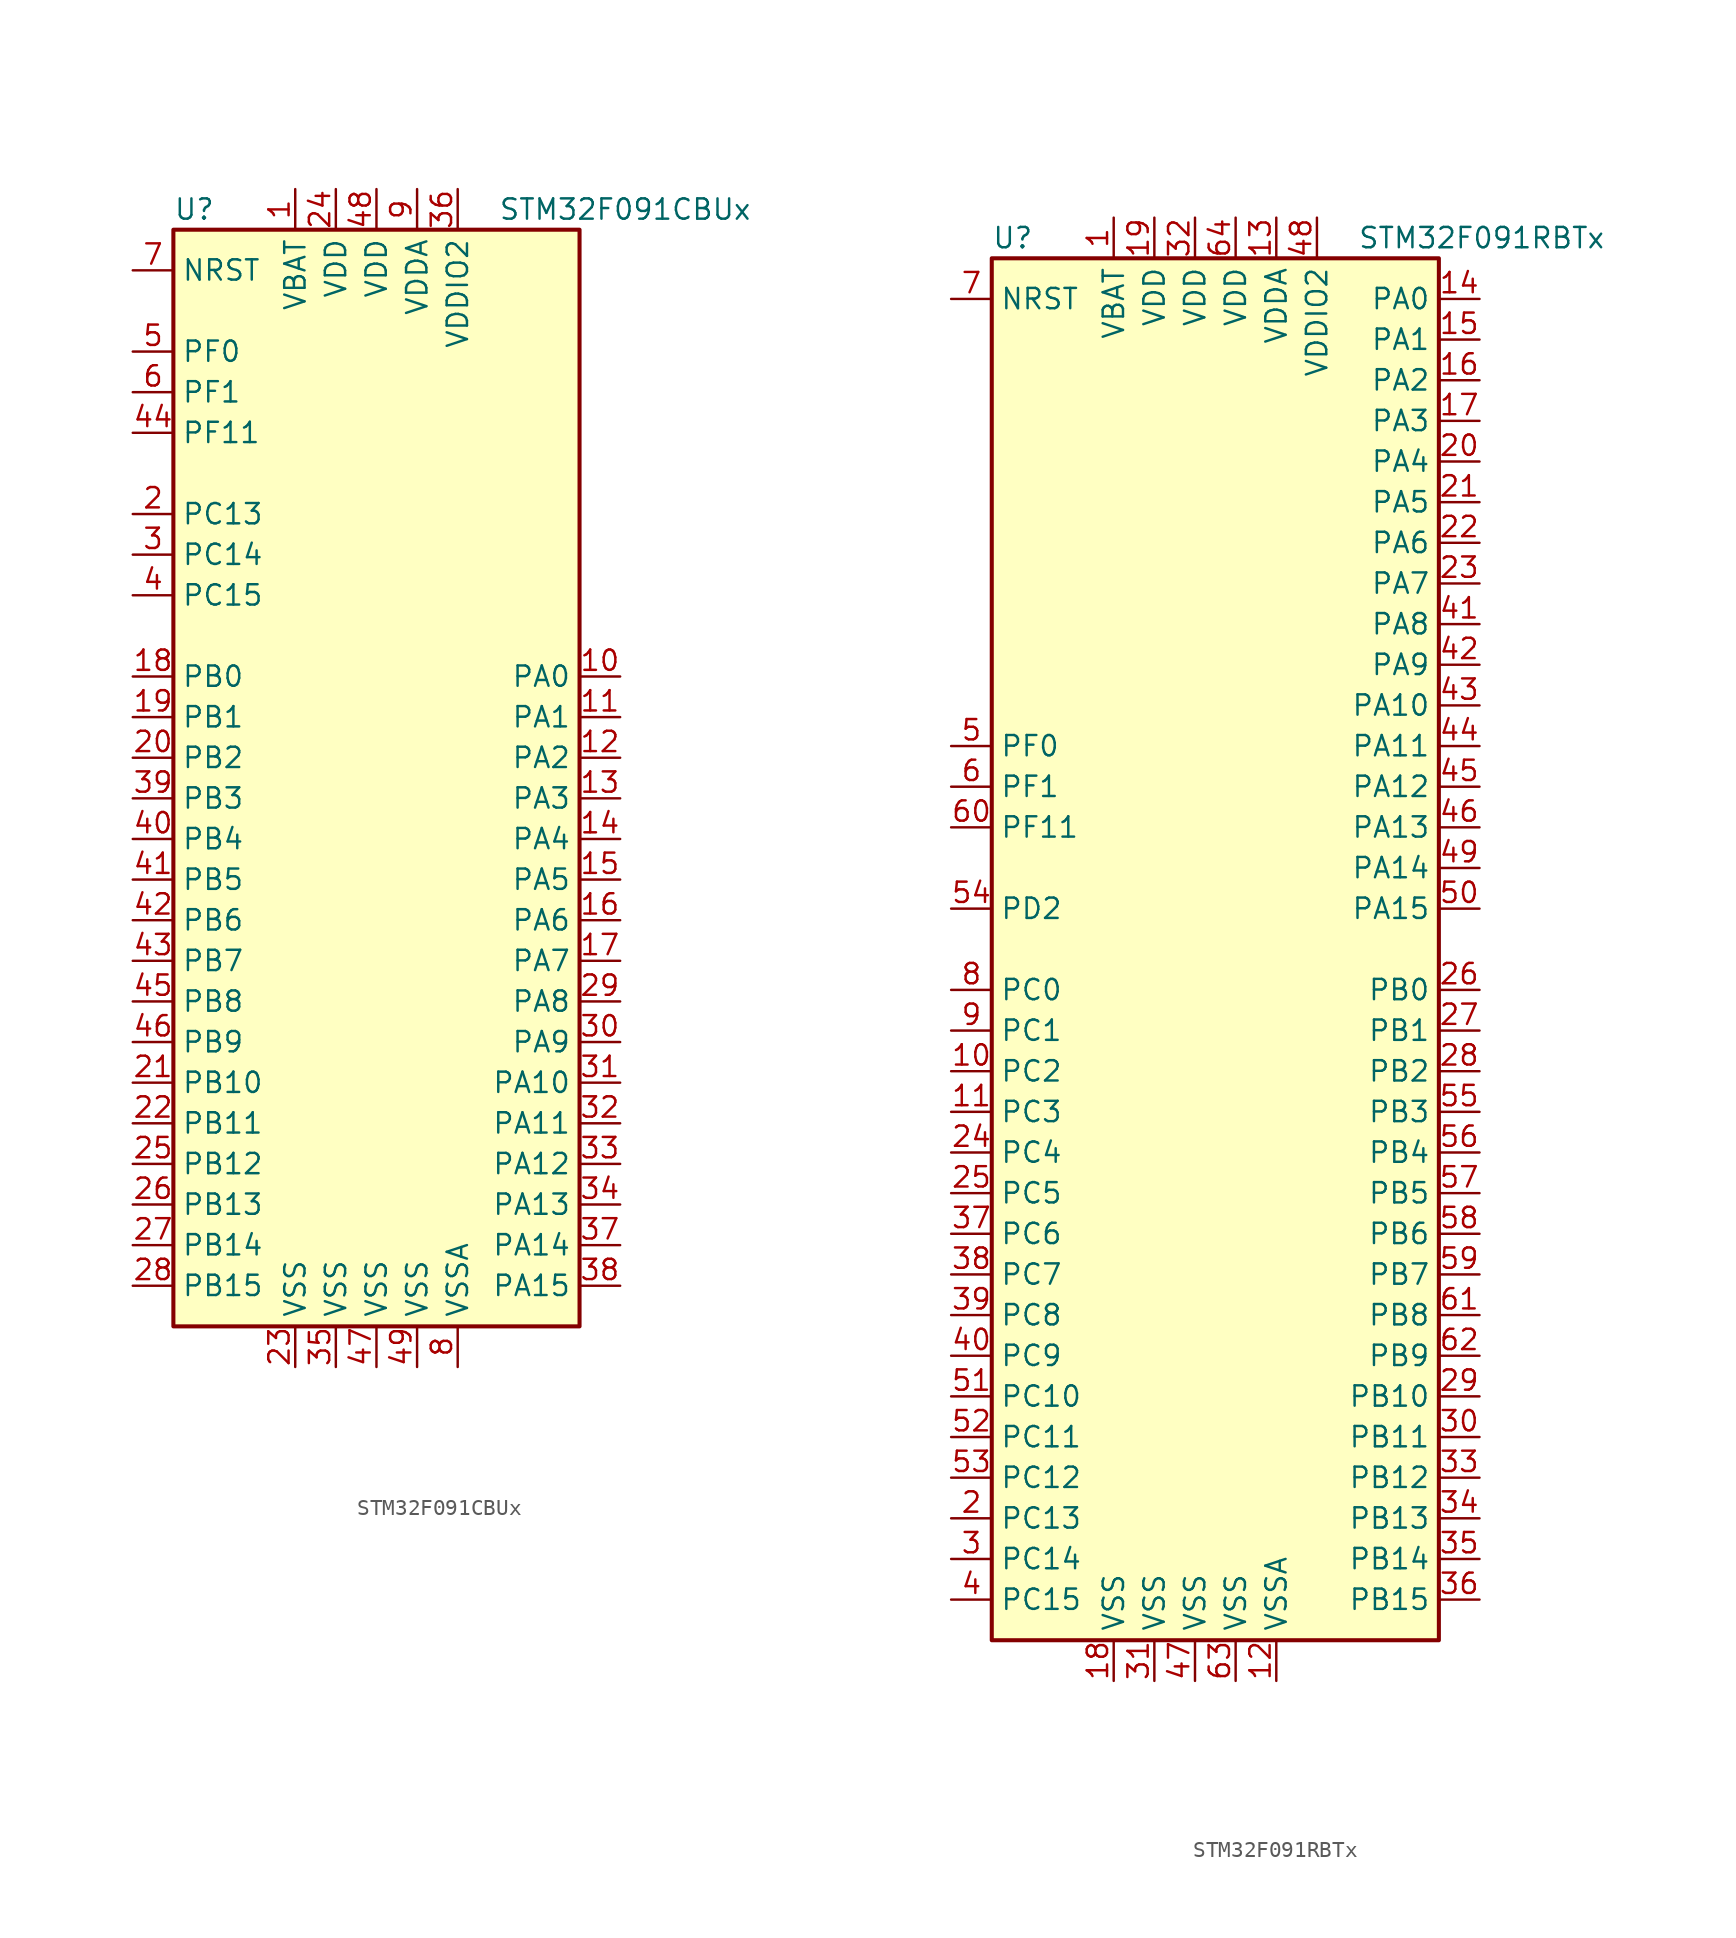
<source format=kicad_sym>
(kicad_symbol_lib
  (version 20201005)
  (generator kicad_symbol_editor)
  (symbol "MCU_ST_STM32F0:STM32F091CBUx"
    (property "Reference" "U"
      (at -12.7 34.29 0)
      (effects (font (size 1.27 1.27)) (justify left)))
    (property "Value" "STM32F091CBUx"
      (at 7.62 34.29 0)
      (effects (font (size 1.27 1.27)) (justify left)))
    (symbol "STM32F091CBUx_0_1"
      (rectangle (start -12.7 -35.56) (end 12.7 33.02) (stroke (width 0.254)) (fill (type background))))
    (symbol "STM32F091CBUx_1_1"
      (pin power_in line (at -5.08 35.56 270) (length 2.54) (name "VBAT" (effects (font (size 1.27 1.27)))) (number "1" (effects (font (size 1.27 1.27)))))
      (pin bidirectional line (at 15.24 5.08 180) (length 2.54) (name "PA0" (effects (font (size 1.27 1.27)))) (number "10" (effects (font (size 1.27 1.27)))))
      (pin bidirectional line (at 15.24 2.54 180) (length 2.54) (name "PA1" (effects (font (size 1.27 1.27)))) (number "11" (effects (font (size 1.27 1.27)))))
      (pin bidirectional line (at 15.24 0 180) (length 2.54) (name "PA2" (effects (font (size 1.27 1.27)))) (number "12" (effects (font (size 1.27 1.27)))))
      (pin bidirectional line (at 15.24 -2.54 180) (length 2.54) (name "PA3" (effects (font (size 1.27 1.27)))) (number "13" (effects (font (size 1.27 1.27)))))
      (pin bidirectional line (at 15.24 -5.08 180) (length 2.54) (name "PA4" (effects (font (size 1.27 1.27)))) (number "14" (effects (font (size 1.27 1.27)))))
      (pin bidirectional line (at 15.24 -7.62 180) (length 2.54) (name "PA5" (effects (font (size 1.27 1.27)))) (number "15" (effects (font (size 1.27 1.27)))))
      (pin bidirectional line (at 15.24 -10.16 180) (length 2.54) (name "PA6" (effects (font (size 1.27 1.27)))) (number "16" (effects (font (size 1.27 1.27)))))
      (pin bidirectional line (at 15.24 -12.7 180) (length 2.54) (name "PA7" (effects (font (size 1.27 1.27)))) (number "17" (effects (font (size 1.27 1.27)))))
      (pin bidirectional line (at -15.24 5.08 0) (length 2.54) (name "PB0" (effects (font (size 1.27 1.27)))) (number "18" (effects (font (size 1.27 1.27)))))
      (pin bidirectional line (at -15.24 2.54 0) (length 2.54) (name "PB1" (effects (font (size 1.27 1.27)))) (number "19" (effects (font (size 1.27 1.27)))))
      (pin bidirectional line (at -15.24 15.24 0) (length 2.54) (name "PC13" (effects (font (size 1.27 1.27)))) (number "2" (effects (font (size 1.27 1.27)))))
      (pin bidirectional line (at -15.24 0 0) (length 2.54) (name "PB2" (effects (font (size 1.27 1.27)))) (number "20" (effects (font (size 1.27 1.27)))))
      (pin bidirectional line (at -15.24 -20.32 0) (length 2.54) (name "PB10" (effects (font (size 1.27 1.27)))) (number "21" (effects (font (size 1.27 1.27)))))
      (pin bidirectional line (at -15.24 -22.86 0) (length 2.54) (name "PB11" (effects (font (size 1.27 1.27)))) (number "22" (effects (font (size 1.27 1.27)))))
      (pin power_in line (at -5.08 -38.1 90) (length 2.54) (name "VSS" (effects (font (size 1.27 1.27)))) (number "23" (effects (font (size 1.27 1.27)))))
      (pin power_in line (at -2.54 35.56 270) (length 2.54) (name "VDD" (effects (font (size 1.27 1.27)))) (number "24" (effects (font (size 1.27 1.27)))))
      (pin bidirectional line (at -15.24 -25.4 0) (length 2.54) (name "PB12" (effects (font (size 1.27 1.27)))) (number "25" (effects (font (size 1.27 1.27)))))
      (pin bidirectional line (at -15.24 -27.94 0) (length 2.54) (name "PB13" (effects (font (size 1.27 1.27)))) (number "26" (effects (font (size 1.27 1.27)))))
      (pin bidirectional line (at -15.24 -30.48 0) (length 2.54) (name "PB14" (effects (font (size 1.27 1.27)))) (number "27" (effects (font (size 1.27 1.27)))))
      (pin bidirectional line (at -15.24 -33.02 0) (length 2.54) (name "PB15" (effects (font (size 1.27 1.27)))) (number "28" (effects (font (size 1.27 1.27)))))
      (pin bidirectional line (at 15.24 -15.24 180) (length 2.54) (name "PA8" (effects (font (size 1.27 1.27)))) (number "29" (effects (font (size 1.27 1.27)))))
      (pin bidirectional line (at -15.24 12.7 0) (length 2.54) (name "PC14" (effects (font (size 1.27 1.27)))) (number "3" (effects (font (size 1.27 1.27)))))
      (pin bidirectional line (at 15.24 -17.78 180) (length 2.54) (name "PA9" (effects (font (size 1.27 1.27)))) (number "30" (effects (font (size 1.27 1.27)))))
      (pin bidirectional line (at 15.24 -20.32 180) (length 2.54) (name "PA10" (effects (font (size 1.27 1.27)))) (number "31" (effects (font (size 1.27 1.27)))))
      (pin bidirectional line (at 15.24 -22.86 180) (length 2.54) (name "PA11" (effects (font (size 1.27 1.27)))) (number "32" (effects (font (size 1.27 1.27)))))
      (pin bidirectional line (at 15.24 -25.4 180) (length 2.54) (name "PA12" (effects (font (size 1.27 1.27)))) (number "33" (effects (font (size 1.27 1.27)))))
      (pin bidirectional line (at 15.24 -27.94 180) (length 2.54) (name "PA13" (effects (font (size 1.27 1.27)))) (number "34" (effects (font (size 1.27 1.27)))))
      (pin power_in line (at -2.54 -38.1 90) (length 2.54) (name "VSS" (effects (font (size 1.27 1.27)))) (number "35" (effects (font (size 1.27 1.27)))))
      (pin power_in line (at 5.08 35.56 270) (length 2.54) (name "VDDIO2" (effects (font (size 1.27 1.27)))) (number "36" (effects (font (size 1.27 1.27)))))
      (pin bidirectional line (at 15.24 -30.48 180) (length 2.54) (name "PA14" (effects (font (size 1.27 1.27)))) (number "37" (effects (font (size 1.27 1.27)))))
      (pin bidirectional line (at 15.24 -33.02 180) (length 2.54) (name "PA15" (effects (font (size 1.27 1.27)))) (number "38" (effects (font (size 1.27 1.27)))))
      (pin bidirectional line (at -15.24 -2.54 0) (length 2.54) (name "PB3" (effects (font (size 1.27 1.27)))) (number "39" (effects (font (size 1.27 1.27)))))
      (pin bidirectional line (at -15.24 10.16 0) (length 2.54) (name "PC15" (effects (font (size 1.27 1.27)))) (number "4" (effects (font (size 1.27 1.27)))))
      (pin bidirectional line (at -15.24 -5.08 0) (length 2.54) (name "PB4" (effects (font (size 1.27 1.27)))) (number "40" (effects (font (size 1.27 1.27)))))
      (pin bidirectional line (at -15.24 -7.62 0) (length 2.54) (name "PB5" (effects (font (size 1.27 1.27)))) (number "41" (effects (font (size 1.27 1.27)))))
      (pin bidirectional line (at -15.24 -10.16 0) (length 2.54) (name "PB6" (effects (font (size 1.27 1.27)))) (number "42" (effects (font (size 1.27 1.27)))))
      (pin bidirectional line (at -15.24 -12.7 0) (length 2.54) (name "PB7" (effects (font (size 1.27 1.27)))) (number "43" (effects (font (size 1.27 1.27)))))
      (pin bidirectional line (at -15.24 20.32 0) (length 2.54) (name "PF11" (effects (font (size 1.27 1.27)))) (number "44" (effects (font (size 1.27 1.27)))))
      (pin bidirectional line (at -15.24 -15.24 0) (length 2.54) (name "PB8" (effects (font (size 1.27 1.27)))) (number "45" (effects (font (size 1.27 1.27)))))
      (pin bidirectional line (at -15.24 -17.78 0) (length 2.54) (name "PB9" (effects (font (size 1.27 1.27)))) (number "46" (effects (font (size 1.27 1.27)))))
      (pin power_in line (at 0 -38.1 90) (length 2.54) (name "VSS" (effects (font (size 1.27 1.27)))) (number "47" (effects (font (size 1.27 1.27)))))
      (pin power_in line (at 0 35.56 270) (length 2.54) (name "VDD" (effects (font (size 1.27 1.27)))) (number "48" (effects (font (size 1.27 1.27)))))
      (pin power_in line (at 2.54 -38.1 90) (length 2.54) (name "VSS" (effects (font (size 1.27 1.27)))) (number "49" (effects (font (size 1.27 1.27)))))
      (pin input line (at -15.24 25.4 0) (length 2.54) (name "PF0" (effects (font (size 1.27 1.27)))) (number "5" (effects (font (size 1.27 1.27)))))
      (pin input line (at -15.24 22.86 0) (length 2.54) (name "PF1" (effects (font (size 1.27 1.27)))) (number "6" (effects (font (size 1.27 1.27)))))
      (pin input line (at -15.24 30.48 0) (length 2.54) (name "NRST" (effects (font (size 1.27 1.27)))) (number "7" (effects (font (size 1.27 1.27)))))
      (pin power_in line (at 5.08 -38.1 90) (length 2.54) (name "VSSA" (effects (font (size 1.27 1.27)))) (number "8" (effects (font (size 1.27 1.27)))))
      (pin power_in line (at 2.54 35.56 270) (length 2.54) (name "VDDA" (effects (font (size 1.27 1.27)))) (number "9" (effects (font (size 1.27 1.27)))))))
  (symbol "MCU_ST_STM32F0:STM32F091RBTx"
    (property "Reference" "U"
      (at -15.24 44.45 0)
      (effects (font (size 1.27 1.27)) (justify left)))
    (property "Value" "STM32F091RBTx"
      (at 7.62 44.45 0)
      (effects (font (size 1.27 1.27)) (justify left)))
    (symbol "STM32F091RBTx_0_1"
      (rectangle (start -15.24 -43.18) (end 12.7 43.18) (stroke (width 0.254)) (fill (type background))))
    (symbol "STM32F091RBTx_1_1"
      (pin power_in line (at -7.62 45.72 270) (length 2.54) (name "VBAT" (effects (font (size 1.27 1.27)))) (number "1" (effects (font (size 1.27 1.27)))))
      (pin bidirectional line (at -17.78 -7.62 0) (length 2.54) (name "PC2" (effects (font (size 1.27 1.27)))) (number "10" (effects (font (size 1.27 1.27)))))
      (pin bidirectional line (at -17.78 -10.16 0) (length 2.54) (name "PC3" (effects (font (size 1.27 1.27)))) (number "11" (effects (font (size 1.27 1.27)))))
      (pin power_in line (at 2.54 -45.72 90) (length 2.54) (name "VSSA" (effects (font (size 1.27 1.27)))) (number "12" (effects (font (size 1.27 1.27)))))
      (pin power_in line (at 2.54 45.72 270) (length 2.54) (name "VDDA" (effects (font (size 1.27 1.27)))) (number "13" (effects (font (size 1.27 1.27)))))
      (pin bidirectional line (at 15.24 40.64 180) (length 2.54) (name "PA0" (effects (font (size 1.27 1.27)))) (number "14" (effects (font (size 1.27 1.27)))))
      (pin bidirectional line (at 15.24 38.1 180) (length 2.54) (name "PA1" (effects (font (size 1.27 1.27)))) (number "15" (effects (font (size 1.27 1.27)))))
      (pin bidirectional line (at 15.24 35.56 180) (length 2.54) (name "PA2" (effects (font (size 1.27 1.27)))) (number "16" (effects (font (size 1.27 1.27)))))
      (pin bidirectional line (at 15.24 33.02 180) (length 2.54) (name "PA3" (effects (font (size 1.27 1.27)))) (number "17" (effects (font (size 1.27 1.27)))))
      (pin power_in line (at -7.62 -45.72 90) (length 2.54) (name "VSS" (effects (font (size 1.27 1.27)))) (number "18" (effects (font (size 1.27 1.27)))))
      (pin power_in line (at -5.08 45.72 270) (length 2.54) (name "VDD" (effects (font (size 1.27 1.27)))) (number "19" (effects (font (size 1.27 1.27)))))
      (pin bidirectional line (at -17.78 -35.56 0) (length 2.54) (name "PC13" (effects (font (size 1.27 1.27)))) (number "2" (effects (font (size 1.27 1.27)))))
      (pin bidirectional line (at 15.24 30.48 180) (length 2.54) (name "PA4" (effects (font (size 1.27 1.27)))) (number "20" (effects (font (size 1.27 1.27)))))
      (pin bidirectional line (at 15.24 27.94 180) (length 2.54) (name "PA5" (effects (font (size 1.27 1.27)))) (number "21" (effects (font (size 1.27 1.27)))))
      (pin bidirectional line (at 15.24 25.4 180) (length 2.54) (name "PA6" (effects (font (size 1.27 1.27)))) (number "22" (effects (font (size 1.27 1.27)))))
      (pin bidirectional line (at 15.24 22.86 180) (length 2.54) (name "PA7" (effects (font (size 1.27 1.27)))) (number "23" (effects (font (size 1.27 1.27)))))
      (pin bidirectional line (at -17.78 -12.7 0) (length 2.54) (name "PC4" (effects (font (size 1.27 1.27)))) (number "24" (effects (font (size 1.27 1.27)))))
      (pin bidirectional line (at -17.78 -15.24 0) (length 2.54) (name "PC5" (effects (font (size 1.27 1.27)))) (number "25" (effects (font (size 1.27 1.27)))))
      (pin bidirectional line (at 15.24 -2.54 180) (length 2.54) (name "PB0" (effects (font (size 1.27 1.27)))) (number "26" (effects (font (size 1.27 1.27)))))
      (pin bidirectional line (at 15.24 -5.08 180) (length 2.54) (name "PB1" (effects (font (size 1.27 1.27)))) (number "27" (effects (font (size 1.27 1.27)))))
      (pin bidirectional line (at 15.24 -7.62 180) (length 2.54) (name "PB2" (effects (font (size 1.27 1.27)))) (number "28" (effects (font (size 1.27 1.27)))))
      (pin bidirectional line (at 15.24 -27.94 180) (length 2.54) (name "PB10" (effects (font (size 1.27 1.27)))) (number "29" (effects (font (size 1.27 1.27)))))
      (pin bidirectional line (at -17.78 -38.1 0) (length 2.54) (name "PC14" (effects (font (size 1.27 1.27)))) (number "3" (effects (font (size 1.27 1.27)))))
      (pin bidirectional line (at 15.24 -30.48 180) (length 2.54) (name "PB11" (effects (font (size 1.27 1.27)))) (number "30" (effects (font (size 1.27 1.27)))))
      (pin power_in line (at -5.08 -45.72 90) (length 2.54) (name "VSS" (effects (font (size 1.27 1.27)))) (number "31" (effects (font (size 1.27 1.27)))))
      (pin power_in line (at -2.54 45.72 270) (length 2.54) (name "VDD" (effects (font (size 1.27 1.27)))) (number "32" (effects (font (size 1.27 1.27)))))
      (pin bidirectional line (at 15.24 -33.02 180) (length 2.54) (name "PB12" (effects (font (size 1.27 1.27)))) (number "33" (effects (font (size 1.27 1.27)))))
      (pin bidirectional line (at 15.24 -35.56 180) (length 2.54) (name "PB13" (effects (font (size 1.27 1.27)))) (number "34" (effects (font (size 1.27 1.27)))))
      (pin bidirectional line (at 15.24 -38.1 180) (length 2.54) (name "PB14" (effects (font (size 1.27 1.27)))) (number "35" (effects (font (size 1.27 1.27)))))
      (pin bidirectional line (at 15.24 -40.64 180) (length 2.54) (name "PB15" (effects (font (size 1.27 1.27)))) (number "36" (effects (font (size 1.27 1.27)))))
      (pin bidirectional line (at -17.78 -17.78 0) (length 2.54) (name "PC6" (effects (font (size 1.27 1.27)))) (number "37" (effects (font (size 1.27 1.27)))))
      (pin bidirectional line (at -17.78 -20.32 0) (length 2.54) (name "PC7" (effects (font (size 1.27 1.27)))) (number "38" (effects (font (size 1.27 1.27)))))
      (pin bidirectional line (at -17.78 -22.86 0) (length 2.54) (name "PC8" (effects (font (size 1.27 1.27)))) (number "39" (effects (font (size 1.27 1.27)))))
      (pin bidirectional line (at -17.78 -40.64 0) (length 2.54) (name "PC15" (effects (font (size 1.27 1.27)))) (number "4" (effects (font (size 1.27 1.27)))))
      (pin bidirectional line (at -17.78 -25.4 0) (length 2.54) (name "PC9" (effects (font (size 1.27 1.27)))) (number "40" (effects (font (size 1.27 1.27)))))
      (pin bidirectional line (at 15.24 20.32 180) (length 2.54) (name "PA8" (effects (font (size 1.27 1.27)))) (number "41" (effects (font (size 1.27 1.27)))))
      (pin bidirectional line (at 15.24 17.78 180) (length 2.54) (name "PA9" (effects (font (size 1.27 1.27)))) (number "42" (effects (font (size 1.27 1.27)))))
      (pin bidirectional line (at 15.24 15.24 180) (length 2.54) (name "PA10" (effects (font (size 1.27 1.27)))) (number "43" (effects (font (size 1.27 1.27)))))
      (pin bidirectional line (at 15.24 12.7 180) (length 2.54) (name "PA11" (effects (font (size 1.27 1.27)))) (number "44" (effects (font (size 1.27 1.27)))))
      (pin bidirectional line (at 15.24 10.16 180) (length 2.54) (name "PA12" (effects (font (size 1.27 1.27)))) (number "45" (effects (font (size 1.27 1.27)))))
      (pin bidirectional line (at 15.24 7.62 180) (length 2.54) (name "PA13" (effects (font (size 1.27 1.27)))) (number "46" (effects (font (size 1.27 1.27)))))
      (pin power_in line (at -2.54 -45.72 90) (length 2.54) (name "VSS" (effects (font (size 1.27 1.27)))) (number "47" (effects (font (size 1.27 1.27)))))
      (pin power_in line (at 5.08 45.72 270) (length 2.54) (name "VDDIO2" (effects (font (size 1.27 1.27)))) (number "48" (effects (font (size 1.27 1.27)))))
      (pin bidirectional line (at 15.24 5.08 180) (length 2.54) (name "PA14" (effects (font (size 1.27 1.27)))) (number "49" (effects (font (size 1.27 1.27)))))
      (pin input line (at -17.78 12.7 0) (length 2.54) (name "PF0" (effects (font (size 1.27 1.27)))) (number "5" (effects (font (size 1.27 1.27)))))
      (pin bidirectional line (at 15.24 2.54 180) (length 2.54) (name "PA15" (effects (font (size 1.27 1.27)))) (number "50" (effects (font (size 1.27 1.27)))))
      (pin bidirectional line (at -17.78 -27.94 0) (length 2.54) (name "PC10" (effects (font (size 1.27 1.27)))) (number "51" (effects (font (size 1.27 1.27)))))
      (pin bidirectional line (at -17.78 -30.48 0) (length 2.54) (name "PC11" (effects (font (size 1.27 1.27)))) (number "52" (effects (font (size 1.27 1.27)))))
      (pin bidirectional line (at -17.78 -33.02 0) (length 2.54) (name "PC12" (effects (font (size 1.27 1.27)))) (number "53" (effects (font (size 1.27 1.27)))))
      (pin bidirectional line (at -17.78 2.54 0) (length 2.54) (name "PD2" (effects (font (size 1.27 1.27)))) (number "54" (effects (font (size 1.27 1.27)))))
      (pin bidirectional line (at 15.24 -10.16 180) (length 2.54) (name "PB3" (effects (font (size 1.27 1.27)))) (number "55" (effects (font (size 1.27 1.27)))))
      (pin bidirectional line (at 15.24 -12.7 180) (length 2.54) (name "PB4" (effects (font (size 1.27 1.27)))) (number "56" (effects (font (size 1.27 1.27)))))
      (pin bidirectional line (at 15.24 -15.24 180) (length 2.54) (name "PB5" (effects (font (size 1.27 1.27)))) (number "57" (effects (font (size 1.27 1.27)))))
      (pin bidirectional line (at 15.24 -17.78 180) (length 2.54) (name "PB6" (effects (font (size 1.27 1.27)))) (number "58" (effects (font (size 1.27 1.27)))))
      (pin bidirectional line (at 15.24 -20.32 180) (length 2.54) (name "PB7" (effects (font (size 1.27 1.27)))) (number "59" (effects (font (size 1.27 1.27)))))
      (pin input line (at -17.78 10.16 0) (length 2.54) (name "PF1" (effects (font (size 1.27 1.27)))) (number "6" (effects (font (size 1.27 1.27)))))
      (pin bidirectional line (at -17.78 7.62 0) (length 2.54) (name "PF11" (effects (font (size 1.27 1.27)))) (number "60" (effects (font (size 1.27 1.27)))))
      (pin bidirectional line (at 15.24 -22.86 180) (length 2.54) (name "PB8" (effects (font (size 1.27 1.27)))) (number "61" (effects (font (size 1.27 1.27)))))
      (pin bidirectional line (at 15.24 -25.4 180) (length 2.54) (name "PB9" (effects (font (size 1.27 1.27)))) (number "62" (effects (font (size 1.27 1.27)))))
      (pin power_in line (at 0 -45.72 90) (length 2.54) (name "VSS" (effects (font (size 1.27 1.27)))) (number "63" (effects (font (size 1.27 1.27)))))
      (pin power_in line (at 0 45.72 270) (length 2.54) (name "VDD" (effects (font (size 1.27 1.27)))) (number "64" (effects (font (size 1.27 1.27)))))
      (pin input line (at -17.78 40.64 0) (length 2.54) (name "NRST" (effects (font (size 1.27 1.27)))) (number "7" (effects (font (size 1.27 1.27)))))
      (pin bidirectional line (at -17.78 -2.54 0) (length 2.54) (name "PC0" (effects (font (size 1.27 1.27)))) (number "8" (effects (font (size 1.27 1.27)))))
      (pin bidirectional line (at -17.78 -5.08 0) (length 2.54) (name "PC1" (effects (font (size 1.27 1.27)))) (number "9" (effects (font (size 1.27 1.27))))))))
</source>
